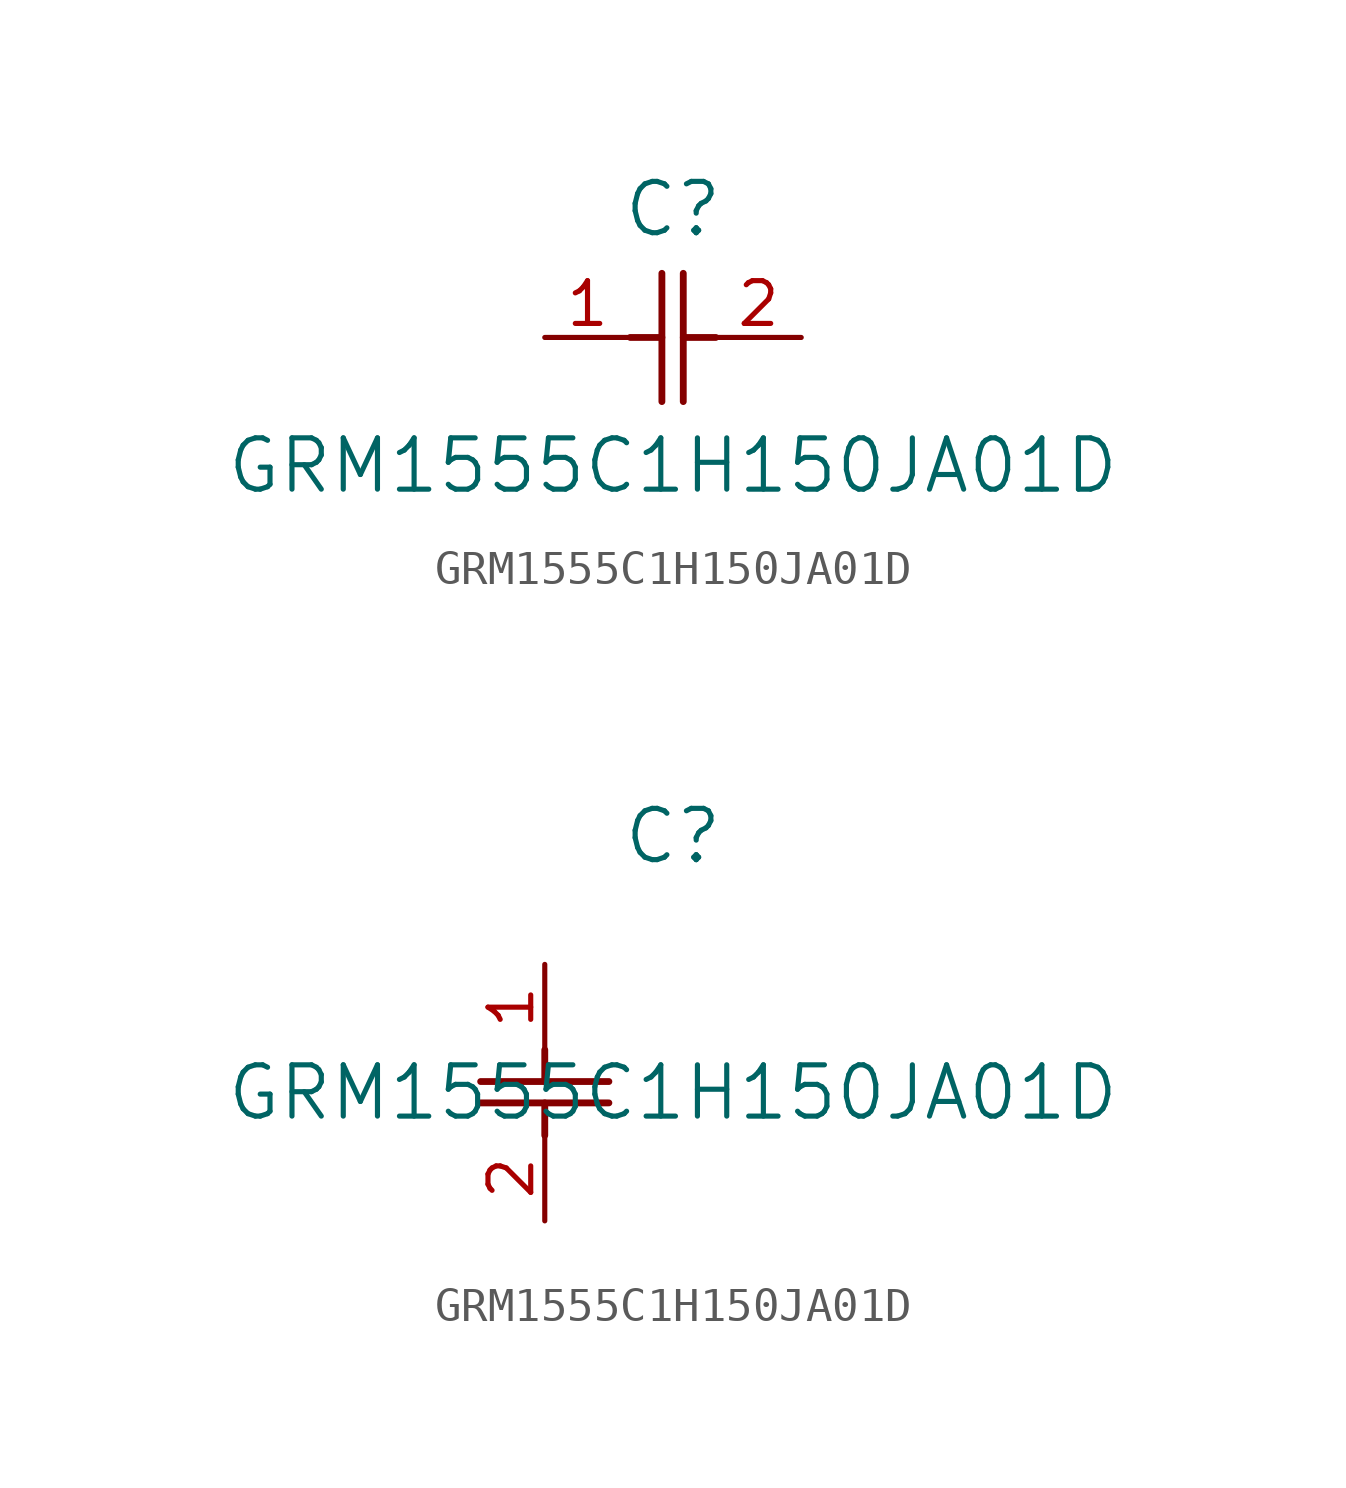
<source format=kicad_sym>
(kicad_symbol_lib
  (version 20211014)
  (generator kicad_symbol_editor)
  (symbol "GRM1555C1H150JA01D"
    (pin_names
      (offset 0.254))
    (property "Reference" "C"
      (at 3.81 3.81 0)
      (effects (font (size 1.524 1.524))))
    (property "Value" "GRM1555C1H150JA01D"
      (at 3.81 -3.81 0)
      (effects (font (size 1.524 1.524))))
    (symbol "GRM1555C1H150JA01D_1_1"
      (polyline (pts (xy 3.48 -1.905) (xy 3.48 1.905)) (stroke (width 0.203) (type default) (color 0 0 0 0)) (fill (type none)))
      (polyline (pts (xy 4.115 -1.905) (xy 4.115 1.905)) (stroke (width 0.203) (type default) (color 0 0 0 0)) (fill (type none)))
      (polyline (pts (xy 4.115 0) (xy 5.08 0)) (stroke (width 0.203) (type default) (color 0 0 0 0)) (fill (type none)))
      (polyline (pts (xy 2.54 0) (xy 3.48 0)) (stroke (width 0.203) (type default) (color 0 0 0 0)) (fill (type none)))
      (pin unspecified line (at 0 0 0) (length 2.54) (name "" (effects (font (size 1.27 1.27)))) (number "1" (effects (font (size 1.27 1.27)))))
      (pin unspecified line (at 7.62 0 180) (length 2.54) (name "" (effects (font (size 1.27 1.27)))) (number "2" (effects (font (size 1.27 1.27))))))
    (symbol "GRM1555C1H150JA01D_1_2"
      (polyline (pts (xy -1.905 -3.48) (xy 1.905 -3.48)) (stroke (width 0.203) (type default) (color 0 0 0 0)) (fill (type none)))
      (polyline (pts (xy -1.905 -4.115) (xy 1.905 -4.115)) (stroke (width 0.203) (type default) (color 0 0 0 0)) (fill (type none)))
      (polyline (pts (xy 0 -4.115) (xy 0 -5.08)) (stroke (width 0.203) (type default) (color 0 0 0 0)) (fill (type none)))
      (polyline (pts (xy 0 -2.54) (xy 0 -3.48)) (stroke (width 0.203) (type default) (color 0 0 0 0)) (fill (type none)))
      (pin unspecified line (at 0 0 270) (length 2.54) (name "" (effects (font (size 1.27 1.27)))) (number "1" (effects (font (size 1.27 1.27)))))
      (pin unspecified line (at 0 -7.62 90) (length 2.54) (name "" (effects (font (size 1.27 1.27)))) (number "2" (effects (font (size 1.27 1.27))))))))
</source>
